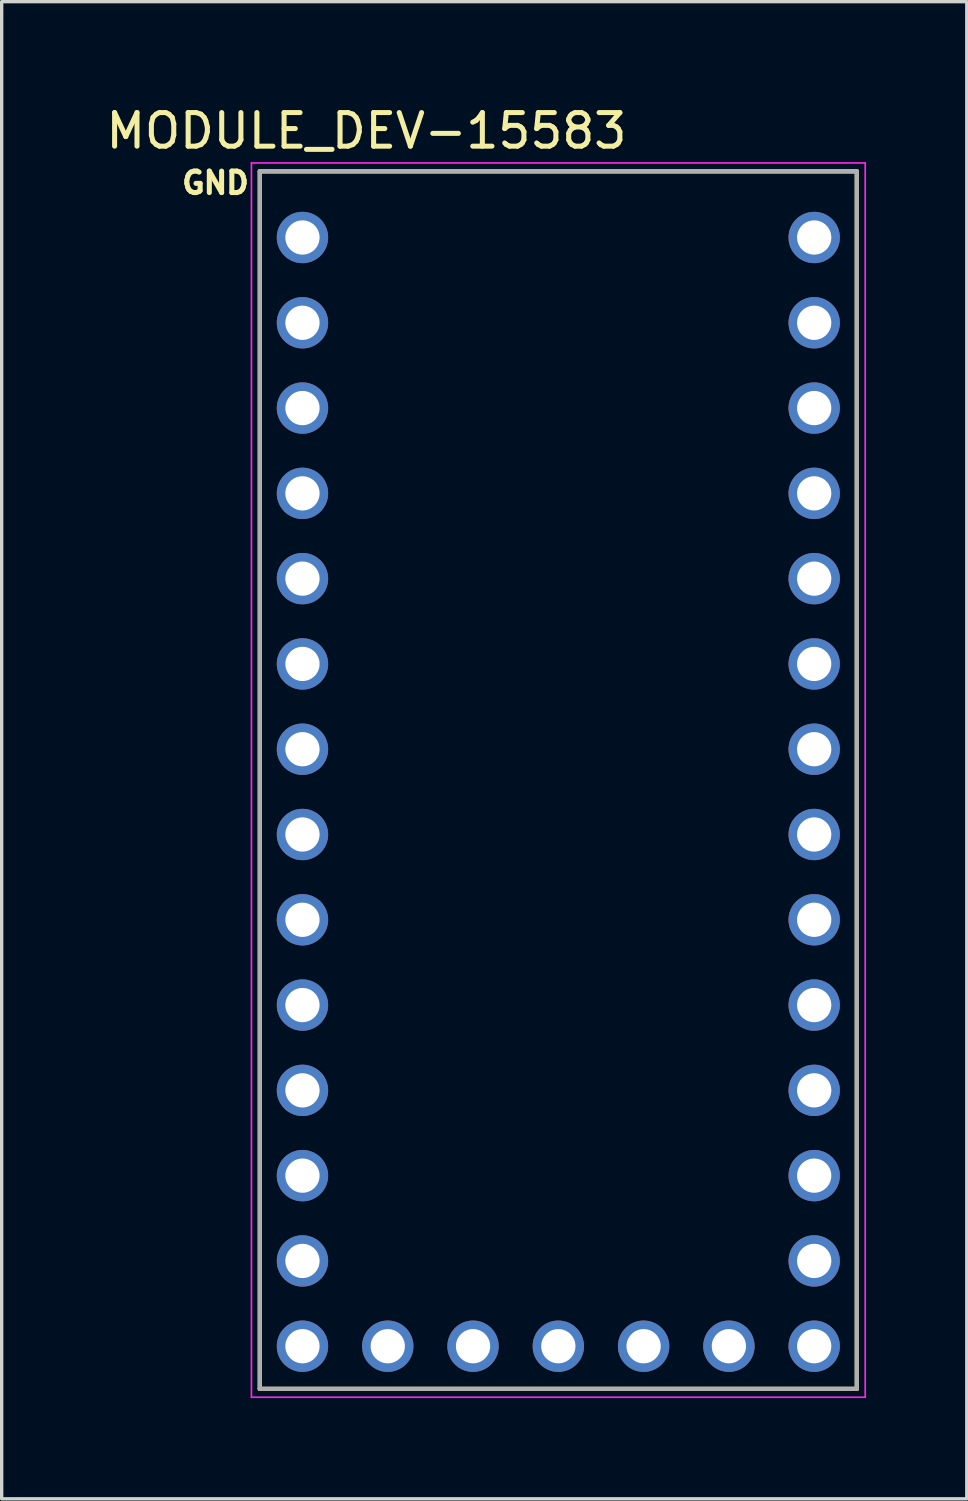
<source format=kicad_pcb>
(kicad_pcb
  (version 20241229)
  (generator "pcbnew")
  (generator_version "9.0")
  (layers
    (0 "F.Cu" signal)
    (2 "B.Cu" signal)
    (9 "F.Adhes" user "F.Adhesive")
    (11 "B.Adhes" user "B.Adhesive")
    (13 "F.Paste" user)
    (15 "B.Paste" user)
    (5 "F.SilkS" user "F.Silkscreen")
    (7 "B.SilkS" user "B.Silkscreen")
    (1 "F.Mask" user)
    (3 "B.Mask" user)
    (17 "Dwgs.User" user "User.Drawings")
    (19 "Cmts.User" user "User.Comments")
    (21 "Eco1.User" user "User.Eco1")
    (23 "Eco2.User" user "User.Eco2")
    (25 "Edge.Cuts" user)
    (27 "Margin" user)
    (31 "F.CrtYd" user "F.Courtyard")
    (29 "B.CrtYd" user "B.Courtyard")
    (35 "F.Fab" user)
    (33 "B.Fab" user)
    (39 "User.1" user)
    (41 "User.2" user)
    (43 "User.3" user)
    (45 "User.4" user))
  (footprint "MODULE_DEV-15583"
    (layer "F.Cu")
    (at 13.578 20.533)
    (property "Reference" "MODULE_DEV-15583" (at -5.715 -19.685 0) (layer "F.SilkS") (effects (font (size 1 1) (thickness 0.15))))
    (attr through_hole)
    (fp_line (start -8.89 -18.48) (end 8.89 -18.48) (stroke (width 0.127) (type solid)) (layer "F.SilkS"))
    (fp_line (start -8.89 17.78) (end -8.89 -18.48) (stroke (width 0.127) (type solid)) (layer "F.SilkS"))
    (fp_line (start 8.89 -18.48) (end 8.89 17.78) (stroke (width 0.127) (type solid)) (layer "F.SilkS"))
    (fp_line (start 8.89 17.78) (end -8.89 17.78) (stroke (width 0.127) (type solid)) (layer "F.SilkS"))
    (fp_line (start -9.14 -18.73) (end 9.14 -18.73) (stroke (width 0.05) (type solid)) (layer "F.CrtYd"))
    (fp_line (start -9.14 18.03) (end -9.14 -18.73) (stroke (width 0.05) (type solid)) (layer "F.CrtYd"))
    (fp_line (start 9.14 -18.73) (end 9.14 18.03) (stroke (width 0.05) (type solid)) (layer "F.CrtYd"))
    (fp_line (start 9.14 18.03) (end -9.14 18.03) (stroke (width 0.05) (type solid)) (layer "F.CrtYd"))
    (fp_line (start -8.89 -18.48) (end 8.89 -18.48) (stroke (width 0.127) (type solid)) (layer "F.Fab"))
    (fp_line (start -8.89 17.78) (end -8.89 -18.48) (stroke (width 0.127) (type solid)) (layer "F.Fab"))
    (fp_line (start 8.89 -18.48) (end 8.89 17.78) (stroke (width 0.127) (type solid)) (layer "F.Fab"))
    (fp_line (start 8.89 17.78) (end -8.89 17.78) (stroke (width 0.127) (type solid)) (layer "F.Fab"))
    (fp_text user "GND" (at -10.211 -18.136 0) (layer "F.SilkS") (effects (font (size 0.64 0.64) (thickness 0.15))))
    (pad "0" thru_hole circle (at -7.62 -13.97) (size 1.53 1.53) (drill 1.02) (layers "*.Cu" "*.Mask"))
    (pad "1" thru_hole circle (at -7.62 -11.43) (size 1.53 1.53) (drill 1.02) (layers "*.Cu" "*.Mask"))
    (pad "2" thru_hole circle (at -7.62 -8.89) (size 1.53 1.53) (drill 1.02) (layers "*.Cu" "*.Mask"))
    (pad "3" thru_hole circle (at -7.62 -6.35) (size 1.53 1.53) (drill 1.02) (layers "*.Cu" "*.Mask"))
    (pad "3.3V_1" thru_hole circle (at -2.54 16.51) (size 1.53 1.53) (drill 1.02) (layers "*.Cu" "*.Mask"))
    (pad "3.3V_2" thru_hole circle (at 7.62 -11.43) (size 1.53 1.53) (drill 1.02) (layers "*.Cu" "*.Mask"))
    (pad "4" thru_hole circle (at -7.62 -3.81) (size 1.53 1.53) (drill 1.02) (layers "*.Cu" "*.Mask"))
    (pad "5" thru_hole circle (at -7.62 -1.27) (size 1.53 1.53) (drill 1.02) (layers "*.Cu" "*.Mask"))
    (pad "6" thru_hole circle (at -7.62 1.27) (size 1.53 1.53) (drill 1.02) (layers "*.Cu" "*.Mask"))
    (pad "7" thru_hole circle (at -7.62 3.81) (size 1.53 1.53) (drill 1.02) (layers "*.Cu" "*.Mask"))
    (pad "8" thru_hole circle (at -7.62 6.35) (size 1.53 1.53) (drill 1.02) (layers "*.Cu" "*.Mask"))
    (pad "9" thru_hole circle (at -7.62 8.89) (size 1.53 1.53) (drill 1.02) (layers "*.Cu" "*.Mask"))
    (pad "10" thru_hole circle (at -7.62 11.43) (size 1.53 1.53) (drill 1.02) (layers "*.Cu" "*.Mask"))
    (pad "11" thru_hole circle (at -7.62 13.97) (size 1.53 1.53) (drill 1.02) (layers "*.Cu" "*.Mask"))
    (pad "12" thru_hole circle (at -7.62 16.51) (size 1.53 1.53) (drill 1.02) (layers "*.Cu" "*.Mask"))
    (pad "13" thru_hole circle (at 7.62 16.51) (size 1.53 1.53) (drill 1.02) (layers "*.Cu" "*.Mask"))
    (pad "14" thru_hole circle (at 7.62 13.97) (size 1.53 1.53) (drill 1.02) (layers "*.Cu" "*.Mask"))
    (pad "15" thru_hole circle (at 7.62 11.43) (size 1.53 1.53) (drill 1.02) (layers "*.Cu" "*.Mask"))
    (pad "16" thru_hole circle (at 7.62 8.89) (size 1.53 1.53) (drill 1.02) (layers "*.Cu" "*.Mask"))
    (pad "17" thru_hole circle (at 7.62 6.35) (size 1.53 1.53) (drill 1.02) (layers "*.Cu" "*.Mask"))
    (pad "18" thru_hole circle (at 7.62 3.81) (size 1.53 1.53) (drill 1.02) (layers "*.Cu" "*.Mask"))
    (pad "19" thru_hole circle (at 7.62 1.27) (size 1.53 1.53) (drill 1.02) (layers "*.Cu" "*.Mask"))
    (pad "20" thru_hole circle (at 7.62 -1.27) (size 1.53 1.53) (drill 1.02) (layers "*.Cu" "*.Mask"))
    (pad "21" thru_hole circle (at 7.62 -3.81) (size 1.53 1.53) (drill 1.02) (layers "*.Cu" "*.Mask"))
    (pad "22" thru_hole circle (at 7.62 -6.35) (size 1.53 1.53) (drill 1.02) (layers "*.Cu" "*.Mask"))
    (pad "23" thru_hole circle (at 7.62 -8.89) (size 1.53 1.53) (drill 1.02) (layers "*.Cu" "*.Mask"))
    (pad "G1" thru_hole circle (at -7.62 -16.51) (size 1.53 1.53) (drill 1.02) (layers "*.Cu" "*.Mask"))
    (pad "G2" thru_hole circle (at 0 16.51) (size 1.53 1.53) (drill 1.02) (layers "*.Cu" "*.Mask"))
    (pad "G3" thru_hole circle (at 7.62 -13.97) (size 1.53 1.53) (drill 1.02) (layers "*.Cu" "*.Mask"))
    (pad "ON-OFF" thru_hole circle (at 5.08 16.51) (size 1.53 1.53) (drill 1.02) (layers "*.Cu" "*.Mask"))
    (pad "PGM" thru_hole circle (at 2.54 16.51) (size 1.53 1.53) (drill 1.02) (layers "*.Cu" "*.Mask"))
    (pad "VBAT" thru_hole circle (at -5.08 16.51) (size 1.53 1.53) (drill 1.02) (layers "*.Cu" "*.Mask"))
    (pad "VIN" thru_hole circle (at 7.62 -16.51) (size 1.53 1.53) (drill 1.02) (layers "*.Cu" "*.Mask")))
  (gr_rect
    (start -3 -3)
    (end 25.743 41.588)
    (stroke (width 0.1) (type default))
    (fill no)
    (layer "Edge.Cuts")))
</source>
